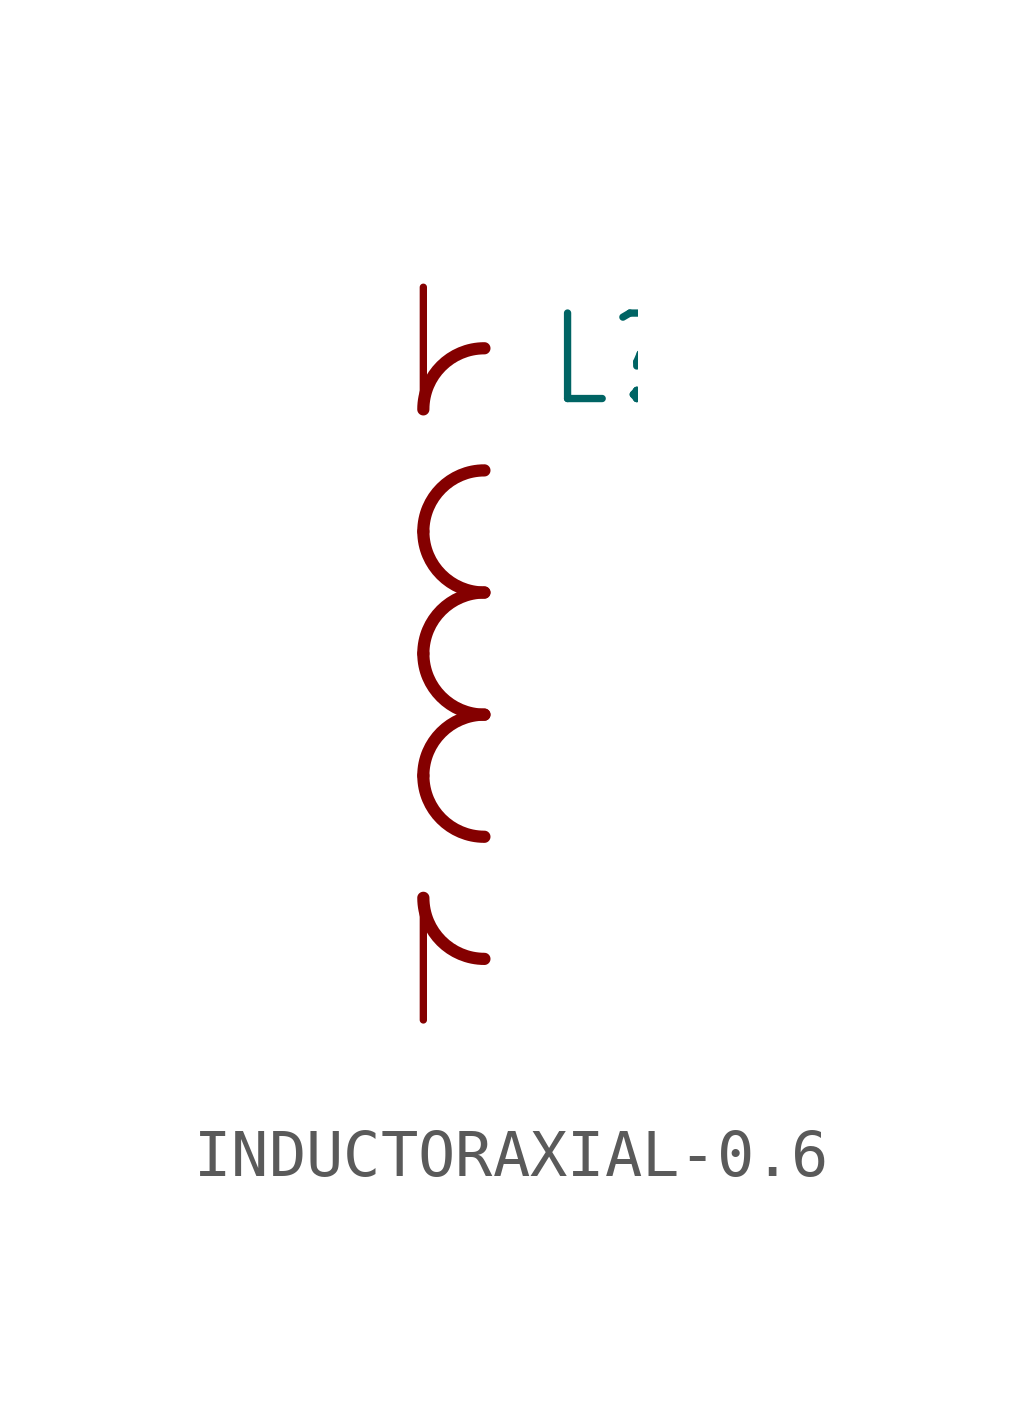
<source format=kicad_sym>
(kicad_symbol_lib
  (version 20241209)
  (generator "kicad_symbol_editor")
  (generator_version "9.0")
  (symbol "INDUCTORAXIAL-0.6"
    (property "Reference" "L"
      (at 2.54 5.08 0)
      (effects (font (size 1.778 1.511)) (justify left bottom)))
    (property "Value" ""
      (at 2.54 -5.08 0)
      (effects (font (size 1.778 1.511)) (justify left bottom)))
    (property "ki_locked" ""
      (at 0 0 0)
      (effects (font (size 1.27 1.27))))
    (symbol "INDUCTORAXIAL-0.6_1_0"
      (arc (start 0 5.08) (mid 0.372 5.978) (end 1.27 6.35) (stroke (width 0.254) (type solid)) (fill (type none)))
      (arc (start 0 2.54) (mid 0.372 3.438) (end 1.27 3.81) (stroke (width 0.254) (type solid)) (fill (type none)))
      (arc (start 1.27 1.27) (mid 0.372 1.642) (end 0 2.54) (stroke (width 0.254) (type solid)) (fill (type none)))
      (arc (start 0 0) (mid 0.372 0.898) (end 1.27 1.27) (stroke (width 0.254) (type solid)) (fill (type none)))
      (arc (start 1.27 -1.27) (mid 0.372 -0.898) (end 0 0) (stroke (width 0.254) (type solid)) (fill (type none)))
      (arc (start 0 -2.54) (mid 0.372 -1.642) (end 1.27 -1.27) (stroke (width 0.254) (type solid)) (fill (type none)))
      (arc (start 1.27 -3.81) (mid 0.372 -3.438) (end 0 -2.54) (stroke (width 0.254) (type solid)) (fill (type none)))
      (arc (start 1.27 -6.35) (mid 0.372 -5.978) (end 0 -5.08) (stroke (width 0.254) (type solid)) (fill (type none)))
      (pin passive line (at 0 7.62 270) (length 2.54) (name "1" (effects (font (size 0 0)))) (number "P$1" (effects (font (size 0 0)))))
      (pin passive line (at 0 -7.62 90) (length 2.54) (name "2" (effects (font (size 0 0)))) (number "P$2" (effects (font (size 0 0))))))))
</source>
